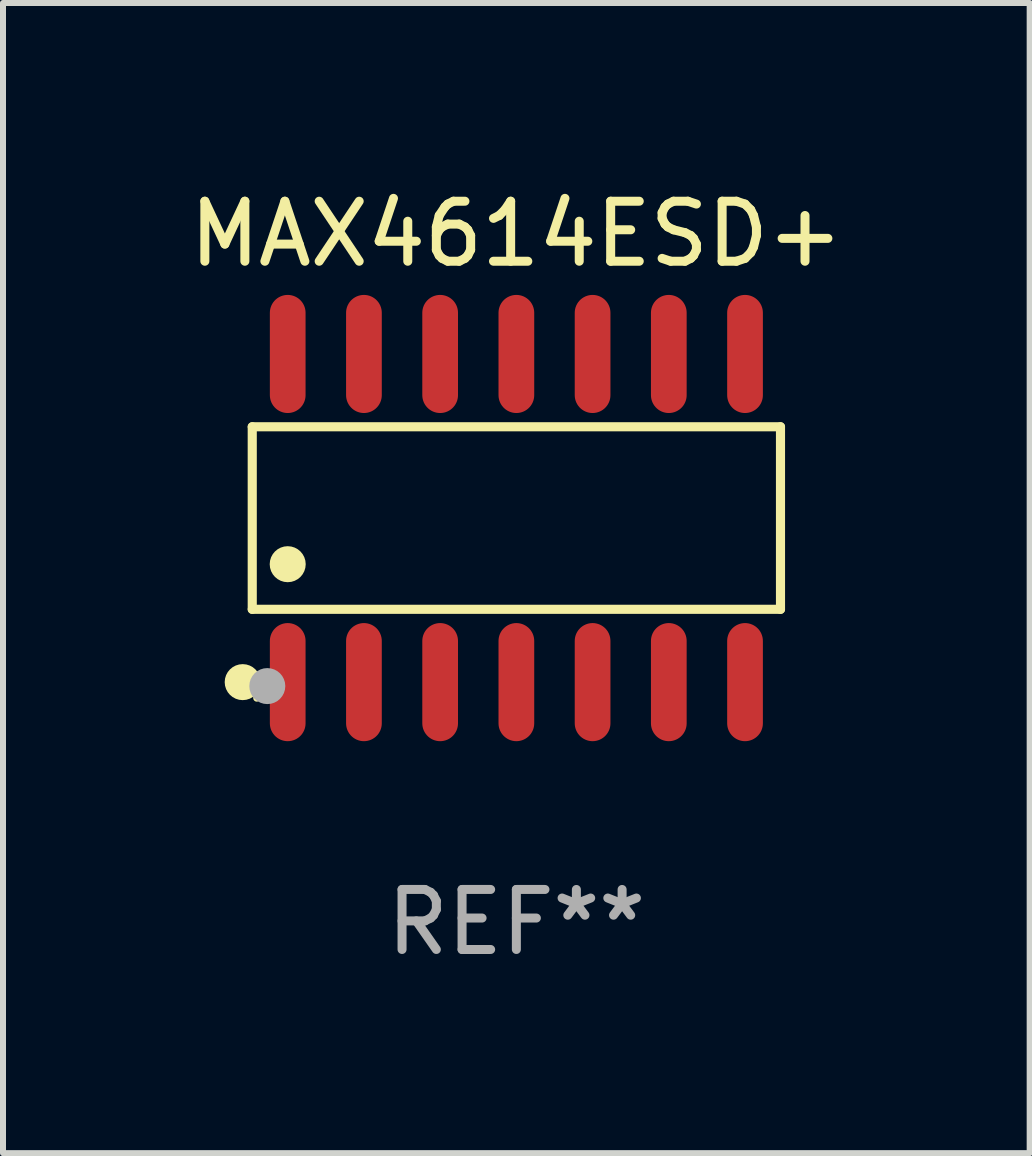
<source format=kicad_pcb>
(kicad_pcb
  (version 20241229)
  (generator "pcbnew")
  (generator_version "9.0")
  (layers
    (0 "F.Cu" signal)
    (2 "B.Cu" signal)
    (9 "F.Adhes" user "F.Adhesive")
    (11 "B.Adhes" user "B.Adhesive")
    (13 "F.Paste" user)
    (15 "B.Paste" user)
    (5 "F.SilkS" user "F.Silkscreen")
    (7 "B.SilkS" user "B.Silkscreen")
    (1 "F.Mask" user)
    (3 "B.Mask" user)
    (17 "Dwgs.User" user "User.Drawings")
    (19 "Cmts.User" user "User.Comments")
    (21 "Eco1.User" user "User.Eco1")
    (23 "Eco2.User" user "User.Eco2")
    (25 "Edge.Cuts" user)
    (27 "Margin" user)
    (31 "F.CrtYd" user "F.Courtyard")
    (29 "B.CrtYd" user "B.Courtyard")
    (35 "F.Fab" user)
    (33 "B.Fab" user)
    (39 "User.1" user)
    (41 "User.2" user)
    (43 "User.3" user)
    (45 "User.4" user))
  (footprint "MAX4614ESD+"
    (layer "F.Cu")
    (at 5.554 5.582)
    (property "Reference" "MAX4614ESD+" (at 0 -4.734 0) (layer "F.SilkS") (effects (font (size 1 1) (thickness 0.15))))
    (attr through_hole)
    (fp_line (start -4.401 -1.521) (end 4.401 -1.521) (stroke (width 0.152) (type solid)) (layer "F.SilkS"))
    (fp_line (start -4.401 1.521) (end -4.401 -1.521) (stroke (width 0.152) (type solid)) (layer "F.SilkS"))
    (fp_line (start 4.401 -1.521) (end 4.401 1.521) (stroke (width 0.152) (type solid)) (layer "F.SilkS"))
    (fp_line (start 4.401 1.521) (end -4.401 1.521) (stroke (width 0.152) (type solid)) (layer "F.SilkS"))
    (fp_circle (center -4.56 2.734) (end -4.41 2.734) (stroke (width 0.3) (type solid)) (fill no) (layer "F.SilkS"))
    (fp_circle (center -4.325 3) (end -4.295 3) (stroke (width 0.06) (type solid)) (fill no) (layer "F.SilkS"))
    (fp_circle (center -3.81 0.769) (end -3.66 0.769) (stroke (width 0.3) (type solid)) (fill no) (layer "F.SilkS"))
    (fp_circle (center -4.15 2.8) (end -4 2.8) (stroke (width 0.3) (type solid)) (fill no) (layer "F.Fab"))
    (fp_text user "REF**" (at 0 6.734 0) (layer "F.Fab") (effects (font (size 1 1) (thickness 0.15))))
    (pad "1" smd oval (at -3.81 2.734) (size 0.595 1.968) (layers "F.Cu" "F.Mask" "F.Paste"))
    (pad "2" smd oval (at -2.54 2.734) (size 0.595 1.968) (layers "F.Cu" "F.Mask" "F.Paste"))
    (pad "3" smd oval (at -1.27 2.734) (size 0.595 1.968) (layers "F.Cu" "F.Mask" "F.Paste"))
    (pad "4" smd oval (at 0 2.734) (size 0.595 1.968) (layers "F.Cu" "F.Mask" "F.Paste"))
    (pad "5" smd oval (at 1.27 2.734) (size 0.595 1.968) (layers "F.Cu" "F.Mask" "F.Paste"))
    (pad "6" smd oval (at 2.54 2.734) (size 0.595 1.968) (layers "F.Cu" "F.Mask" "F.Paste"))
    (pad "7" smd oval (at 3.81 2.734) (size 0.595 1.968) (layers "F.Cu" "F.Mask" "F.Paste"))
    (pad "8" smd oval (at 3.81 -2.734) (size 0.595 1.968) (layers "F.Cu" "F.Mask" "F.Paste"))
    (pad "9" smd oval (at 2.54 -2.734) (size 0.595 1.968) (layers "F.Cu" "F.Mask" "F.Paste"))
    (pad "10" smd oval (at 1.27 -2.734) (size 0.595 1.968) (layers "F.Cu" "F.Mask" "F.Paste"))
    (pad "11" smd oval (at 0 -2.734) (size 0.595 1.968) (layers "F.Cu" "F.Mask" "F.Paste"))
    (pad "12" smd oval (at -1.27 -2.734) (size 0.595 1.968) (layers "F.Cu" "F.Mask" "F.Paste"))
    (pad "13" smd oval (at -2.54 -2.734) (size 0.595 1.968) (layers "F.Cu" "F.Mask" "F.Paste"))
    (pad "14" smd oval (at -3.81 -2.734) (size 0.595 1.968) (layers "F.Cu" "F.Mask" "F.Paste")))
  (gr_rect
    (start -3 -3)
    (end 14.107 16.164)
    (stroke (width 0.1) (type default))
    (fill no)
    (layer "Edge.Cuts")))
</source>
